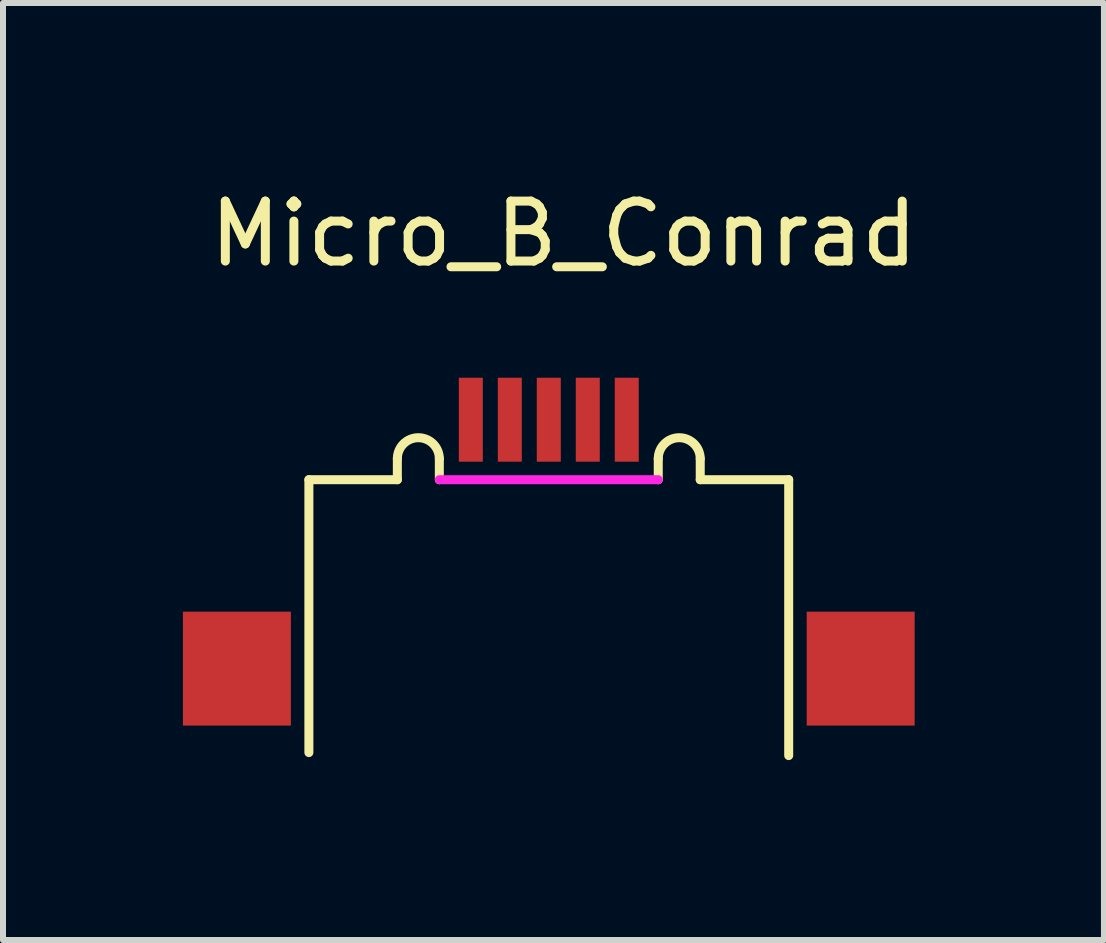
<source format=kicad_pcb>
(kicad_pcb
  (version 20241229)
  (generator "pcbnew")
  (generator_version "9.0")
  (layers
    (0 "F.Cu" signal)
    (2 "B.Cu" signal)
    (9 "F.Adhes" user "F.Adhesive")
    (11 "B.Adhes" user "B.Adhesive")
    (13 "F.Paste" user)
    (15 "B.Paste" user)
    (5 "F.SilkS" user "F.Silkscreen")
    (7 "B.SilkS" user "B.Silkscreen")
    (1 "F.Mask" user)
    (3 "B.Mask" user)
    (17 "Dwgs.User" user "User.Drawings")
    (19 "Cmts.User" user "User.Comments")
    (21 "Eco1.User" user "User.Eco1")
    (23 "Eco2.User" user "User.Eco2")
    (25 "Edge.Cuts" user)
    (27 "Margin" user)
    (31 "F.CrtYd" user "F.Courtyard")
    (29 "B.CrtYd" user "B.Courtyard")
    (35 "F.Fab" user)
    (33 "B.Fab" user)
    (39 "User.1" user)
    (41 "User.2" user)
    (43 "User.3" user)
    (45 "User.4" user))
  (footprint "Micro_B_Conrad"
    (layer "F.Cu")
    (at 6.1 8.098)
    (property "Reference" "Micro_B_Conrad" (at 0.25 -7.25 0) (layer "F.SilkS") (effects (font (size 1 1) (thickness 0.15))))
    (attr through_hole)
    (fp_line (start -4 -3.15) (end -2.525 -3.15) (stroke (width 0.15) (type solid)) (layer "F.SilkS"))
    (fp_line (start -4 1.4) (end -4 -3.15) (stroke (width 0.15) (type solid)) (layer "F.SilkS"))
    (fp_line (start -2.525 -3.15) (end -2.525 -3.5) (stroke (width 0.15) (type solid)) (layer "F.SilkS"))
    (fp_line (start -1.825 -3.15) (end -1.825 -3.5) (stroke (width 0.15) (type solid)) (layer "F.SilkS"))
    (fp_line (start 1.825 -3.15) (end 1.825 -3.5) (stroke (width 0.15) (type solid)) (layer "F.SilkS"))
    (fp_line (start 2.525 -3.15) (end 2.525 -3.5) (stroke (width 0.15) (type solid)) (layer "F.SilkS"))
    (fp_line (start 4 -3.15) (end 2.525 -3.15) (stroke (width 0.15) (type solid)) (layer "F.SilkS"))
    (fp_line (start 4 1.45) (end 4 -3.15) (stroke (width 0.15) (type solid)) (layer "F.SilkS"))
    (fp_arc (start -2.525 -3.5) (mid -2.175 -3.85) (end -1.825 -3.5) (stroke (width 0.15) (type solid)) (layer "F.SilkS"))
    (fp_arc (start 1.825 -3.5) (mid 2.175 -3.85) (end 2.525 -3.5) (stroke (width 0.15) (type solid)) (layer "F.SilkS"))
    (fp_line (start -1.825 -3.15) (end 1.825 -3.15) (stroke (width 0.15) (type solid)) (layer "F.CrtYd"))
    (pad "" smd rect (at -5.2 0) (size 1.8 1.9) (layers "F.Cu" "F.Mask" "F.Paste"))
    (pad "" smd rect (at 5.2 0) (size 1.8 1.9) (layers "F.Cu" "F.Mask" "F.Paste"))
    (pad "1" smd rect (at -1.3 -4.15) (size 0.4 1.4) (layers "F.Cu" "F.Mask" "F.Paste"))
    (pad "2" smd rect (at -0.65 -4.15) (size 0.4 1.4) (layers "F.Cu" "F.Mask" "F.Paste"))
    (pad "3" smd rect (at 0 -4.15) (size 0.4 1.4) (layers "F.Cu" "F.Mask" "F.Paste"))
    (pad "4" smd rect (at 0.65 -4.15) (size 0.4 1.4) (layers "F.Cu" "F.Mask" "F.Paste"))
    (pad "5" smd rect (at 1.3 -4.15) (size 0.4 1.4) (layers "F.Cu" "F.Mask" "F.Paste")))
  (gr_rect
    (start -3 -3)
    (end 15.356 12.623)
    (stroke (width 0.1) (type default))
    (fill no)
    (layer "Edge.Cuts")))
</source>
